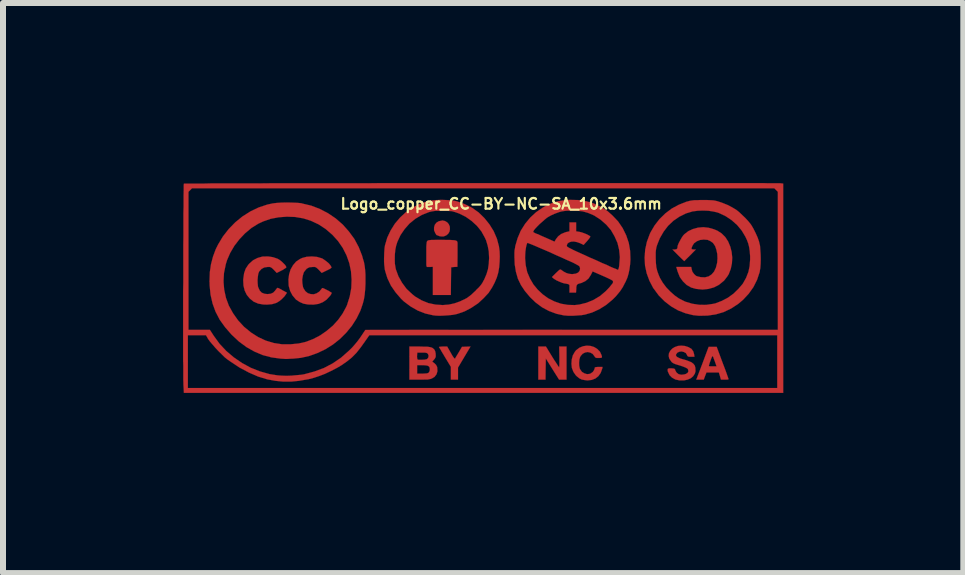
<source format=kicad_pcb>
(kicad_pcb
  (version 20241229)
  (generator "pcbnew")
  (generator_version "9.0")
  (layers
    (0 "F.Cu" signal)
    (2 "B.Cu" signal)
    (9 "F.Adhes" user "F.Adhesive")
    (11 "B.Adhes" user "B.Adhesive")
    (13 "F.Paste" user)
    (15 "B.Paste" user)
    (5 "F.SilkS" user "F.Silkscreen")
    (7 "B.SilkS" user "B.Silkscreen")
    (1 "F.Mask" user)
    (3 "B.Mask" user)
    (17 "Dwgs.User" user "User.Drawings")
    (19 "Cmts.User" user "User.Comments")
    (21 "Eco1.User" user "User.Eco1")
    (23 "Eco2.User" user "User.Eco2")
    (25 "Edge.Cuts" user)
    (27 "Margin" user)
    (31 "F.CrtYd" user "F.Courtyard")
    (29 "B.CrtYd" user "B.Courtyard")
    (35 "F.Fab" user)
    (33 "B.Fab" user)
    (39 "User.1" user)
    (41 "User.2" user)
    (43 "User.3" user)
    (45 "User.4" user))
  (footprint "Logo_copper_CC-BY-NC-SA_10x3.6mm"
    (layer "F.Cu")
    (at 5 1.746)
    (property "Reference" "Logo_copper_CC-BY-NC-SA_10x3.6mm" (at 0.3 -1.4 0) (layer "F.SilkS") (effects (font (size 0.178 0.178) (thickness 0.036))))
    (attr through_hole)
    (fp_poly (pts (xy -0.554 -0.978) (xy -0.561 -0.937) (xy -0.582 -0.902) (xy -0.615 -0.874) (xy -0.66 -0.856) (xy -0.663 -0.856) (xy -0.693 -0.856) (xy -0.726 -0.861) (xy -0.734 -0.864) (xy -0.759 -0.874) (xy -0.775 -0.879) (xy -0.782 -0.886) (xy -0.792 -0.904) (xy -0.798 -0.912) (xy -0.818 -0.96) (xy -0.818 -1.008) (xy -0.805 -1.052) (xy -0.777 -1.087) (xy -0.739 -1.11) (xy -0.688 -1.12) (xy -0.681 -1.123) (xy -0.635 -1.113) (xy -0.597 -1.09) (xy -0.572 -1.059) (xy -0.556 -1.021) (xy -0.554 -0.978)) (stroke (width 0.003) (type solid)) (fill yes) (layer "F.Cu"))
    (fp_poly (pts (xy 1.389 1.529) (xy 1.326 1.529) (xy 1.265 1.529) (xy 1.153 1.351) (xy 1.044 1.176) (xy 1.041 1.354) (xy 1.039 1.529) (xy 0.978 1.529) (xy 0.919 1.529) (xy 0.919 1.255) (xy 0.919 0.978) (xy 0.983 0.978) (xy 1.046 0.978) (xy 1.153 1.153) (xy 1.186 1.206) (xy 1.217 1.252) (xy 1.24 1.288) (xy 1.257 1.313) (xy 1.265 1.323) (xy 1.267 1.323) (xy 1.267 1.313) (xy 1.27 1.285) (xy 1.27 1.245) (xy 1.27 1.194) (xy 1.27 1.151) (xy 1.267 0.978) (xy 1.328 0.978) (xy 1.389 0.978) (xy 1.389 1.255) (xy 1.389 1.529)) (stroke (width 0.003) (type solid)) (fill yes) (layer "F.Cu"))
    (fp_poly (pts (xy -0.211 0.978) (xy -0.315 1.153) (xy -0.419 1.328) (xy -0.419 1.427) (xy -0.419 1.529) (xy -0.478 1.529) (xy -0.538 1.529) (xy -0.538 1.422) (xy -0.538 1.316) (xy -0.635 1.156) (xy -0.665 1.105) (xy -0.693 1.059) (xy -0.714 1.021) (xy -0.729 0.998) (xy -0.737 0.986) (xy -0.729 0.983) (xy -0.706 0.98) (xy -0.673 0.978) (xy -0.671 0.978) (xy -0.599 0.978) (xy -0.538 1.085) (xy -0.511 1.133) (xy -0.49 1.163) (xy -0.475 1.179) (xy -0.467 1.179) (xy -0.46 1.163) (xy -0.445 1.138) (xy -0.422 1.1) (xy -0.406 1.074) (xy -0.353 0.983) (xy -0.282 0.98) (xy -0.211 0.978)) (stroke (width 0.003) (type solid)) (fill yes) (layer "F.Cu"))
    (fp_poly (pts (xy 4.089 1.521) (xy 4.079 1.527) (xy 4.056 1.529) (xy 4.026 1.529) (xy 3.962 1.529) (xy 3.945 1.468) (xy 3.927 1.41) (xy 3.889 1.41) (xy 3.889 1.308) (xy 3.858 1.219) (xy 3.843 1.181) (xy 3.833 1.151) (xy 3.823 1.138) (xy 3.82 1.135) (xy 3.813 1.148) (xy 3.802 1.173) (xy 3.79 1.206) (xy 3.777 1.242) (xy 3.767 1.273) (xy 3.762 1.295) (xy 3.759 1.303) (xy 3.769 1.306) (xy 3.792 1.308) (xy 3.823 1.308) (xy 3.889 1.308) (xy 3.889 1.41) (xy 3.823 1.41) (xy 3.721 1.41) (xy 3.698 1.468) (xy 3.675 1.529) (xy 3.614 1.529) (xy 3.551 1.529) (xy 3.655 1.257) (xy 3.757 0.983) (xy 3.825 0.983) (xy 3.891 0.983) (xy 3.99 1.25) (xy 4.016 1.318) (xy 4.039 1.379) (xy 4.059 1.435) (xy 4.074 1.478) (xy 4.084 1.506) (xy 4.089 1.521)) (stroke (width 0.003) (type solid)) (fill yes) (layer "F.Cu"))
    (fp_poly (pts (xy -0.427 -0.709) (xy -0.427 -0.678) (xy -0.427 -0.635) (xy -0.427 -0.582) (xy -0.427 -0.528) (xy -0.429 -0.351) (xy -0.48 -0.348) (xy -0.533 -0.343) (xy -0.536 -0.112) (xy -0.538 0.119) (xy -0.688 0.119) (xy -0.838 0.119) (xy -0.838 -0.114) (xy -0.838 -0.351) (xy -0.881 -0.348) (xy -0.912 -0.348) (xy -0.932 -0.348) (xy -0.937 -0.348) (xy -0.94 -0.353) (xy -0.945 -0.368) (xy -0.947 -0.396) (xy -0.947 -0.442) (xy -0.947 -0.5) (xy -0.947 -0.551) (xy -0.947 -0.622) (xy -0.947 -0.678) (xy -0.945 -0.716) (xy -0.942 -0.744) (xy -0.94 -0.762) (xy -0.935 -0.775) (xy -0.932 -0.777) (xy -0.927 -0.785) (xy -0.919 -0.79) (xy -0.909 -0.792) (xy -0.892 -0.795) (xy -0.864 -0.798) (xy -0.826 -0.798) (xy -0.772 -0.8) (xy -0.701 -0.8) (xy -0.688 -0.8) (xy -0.61 -0.798) (xy -0.549 -0.798) (xy -0.503 -0.795) (xy -0.47 -0.792) (xy -0.447 -0.785) (xy -0.434 -0.775) (xy -0.429 -0.762) (xy -0.427 -0.744) (xy -0.427 -0.724) (xy -0.427 -0.709)) (stroke (width 0.003) (type solid)) (fill yes) (layer "F.Cu"))
    (fp_poly (pts (xy 1.989 1.318) (xy 1.984 1.346) (xy 1.958 1.417) (xy 1.92 1.471) (xy 1.869 1.511) (xy 1.808 1.534) (xy 1.737 1.542) (xy 1.694 1.537) (xy 1.641 1.527) (xy 1.6 1.506) (xy 1.56 1.473) (xy 1.542 1.455) (xy 1.504 1.4) (xy 1.478 1.333) (xy 1.471 1.265) (xy 1.476 1.194) (xy 1.494 1.125) (xy 1.529 1.064) (xy 1.549 1.039) (xy 1.603 0.998) (xy 1.664 0.973) (xy 1.727 0.963) (xy 1.791 0.968) (xy 1.849 0.986) (xy 1.902 1.019) (xy 1.946 1.064) (xy 1.958 1.09) (xy 1.971 1.118) (xy 1.979 1.143) (xy 1.979 1.148) (xy 1.976 1.161) (xy 1.966 1.166) (xy 1.943 1.168) (xy 1.925 1.168) (xy 1.892 1.168) (xy 1.875 1.163) (xy 1.862 1.153) (xy 1.854 1.138) (xy 1.824 1.1) (xy 1.786 1.079) (xy 1.742 1.069) (xy 1.699 1.077) (xy 1.659 1.097) (xy 1.626 1.133) (xy 1.615 1.153) (xy 1.603 1.194) (xy 1.598 1.247) (xy 1.6 1.3) (xy 1.61 1.346) (xy 1.615 1.356) (xy 1.646 1.4) (xy 1.687 1.425) (xy 1.732 1.438) (xy 1.778 1.433) (xy 1.798 1.422) (xy 1.826 1.402) (xy 1.847 1.372) (xy 1.859 1.341) (xy 1.859 1.333) (xy 1.862 1.326) (xy 1.877 1.321) (xy 1.905 1.318) (xy 1.923 1.318) (xy 1.989 1.318)) (stroke (width 0.003) (type solid)) (fill yes) (layer "F.Cu"))
    (fp_poly (pts (xy -3.269 0.081) (xy -3.287 0.109) (xy -3.315 0.147) (xy -3.353 0.185) (xy -3.396 0.221) (xy -3.437 0.246) (xy -3.447 0.251) (xy -3.518 0.272) (xy -3.602 0.279) (xy -3.665 0.277) (xy -3.749 0.262) (xy -3.825 0.229) (xy -3.886 0.18) (xy -3.937 0.119) (xy -3.973 0.046) (xy -3.993 -0.036) (xy -3.998 -0.132) (xy -3.995 -0.157) (xy -3.983 -0.244) (xy -3.957 -0.318) (xy -3.914 -0.384) (xy -3.896 -0.404) (xy -3.833 -0.46) (xy -3.759 -0.498) (xy -3.678 -0.521) (xy -3.586 -0.523) (xy -3.548 -0.518) (xy -3.503 -0.511) (xy -3.454 -0.495) (xy -3.421 -0.483) (xy -3.391 -0.465) (xy -3.358 -0.439) (xy -3.327 -0.409) (xy -3.299 -0.381) (xy -3.284 -0.356) (xy -3.279 -0.343) (xy -3.287 -0.333) (xy -3.31 -0.318) (xy -3.343 -0.297) (xy -3.358 -0.29) (xy -3.439 -0.249) (xy -3.487 -0.3) (xy -3.513 -0.325) (xy -3.533 -0.34) (xy -3.553 -0.348) (xy -3.579 -0.348) (xy -3.592 -0.348) (xy -3.647 -0.34) (xy -3.693 -0.315) (xy -3.731 -0.274) (xy -3.734 -0.269) (xy -3.747 -0.234) (xy -3.754 -0.185) (xy -3.759 -0.13) (xy -3.757 -0.074) (xy -3.752 -0.023) (xy -3.744 0) (xy -3.721 0.048) (xy -3.688 0.081) (xy -3.642 0.099) (xy -3.594 0.104) (xy -3.541 0.099) (xy -3.5 0.081) (xy -3.47 0.051) (xy -3.454 0.03) (xy -3.439 0.01) (xy -3.426 0) (xy -3.414 0.003) (xy -3.388 0.015) (xy -3.355 0.033) (xy -3.343 0.041) (xy -3.269 0.081)) (stroke (width 0.003) (type solid)) (fill yes) (layer "F.Cu"))
    (fp_poly (pts (xy -2.525 0.079) (xy -2.525 0.091) (xy -2.537 0.114) (xy -2.55 0.132) (xy -2.609 0.196) (xy -2.672 0.239) (xy -2.743 0.267) (xy -2.824 0.279) (xy -2.916 0.277) (xy -2.992 0.264) (xy -3.056 0.236) (xy -3.117 0.196) (xy -3.127 0.185) (xy -3.178 0.124) (xy -3.216 0.051) (xy -3.239 -0.03) (xy -3.241 -0.048) (xy -3.244 -0.14) (xy -3.233 -0.226) (xy -3.208 -0.307) (xy -3.167 -0.378) (xy -3.117 -0.437) (xy -3.053 -0.48) (xy -3.015 -0.498) (xy -2.939 -0.518) (xy -2.855 -0.523) (xy -2.769 -0.516) (xy -2.692 -0.493) (xy -2.682 -0.49) (xy -2.647 -0.467) (xy -2.609 -0.439) (xy -2.57 -0.406) (xy -2.543 -0.373) (xy -2.535 -0.358) (xy -2.527 -0.345) (xy -2.527 -0.338) (xy -2.537 -0.328) (xy -2.555 -0.315) (xy -2.591 -0.297) (xy -2.606 -0.29) (xy -2.69 -0.249) (xy -2.738 -0.3) (xy -2.764 -0.325) (xy -2.784 -0.34) (xy -2.802 -0.348) (xy -2.83 -0.348) (xy -2.84 -0.348) (xy -2.896 -0.343) (xy -2.939 -0.32) (xy -2.974 -0.279) (xy -2.99 -0.254) (xy -3.005 -0.203) (xy -3.015 -0.14) (xy -3.012 -0.076) (xy -3.002 -0.015) (xy -2.992 0.01) (xy -2.962 0.056) (xy -2.921 0.089) (xy -2.873 0.104) (xy -2.822 0.107) (xy -2.774 0.091) (xy -2.728 0.061) (xy -2.708 0.036) (xy -2.69 0.015) (xy -2.687 0.008) (xy -2.682 0.003) (xy -2.667 0.005) (xy -2.644 0.015) (xy -2.609 0.033) (xy -2.573 0.051) (xy -2.545 0.069) (xy -2.527 0.079) (xy -2.525 0.079)) (stroke (width 0.003) (type solid)) (fill yes) (layer "F.Cu"))
    (fp_poly (pts (xy -0.762 1.389) (xy -0.777 1.44) (xy -0.81 1.483) (xy -0.853 1.509) (xy -0.871 1.516) (xy -0.889 1.521) (xy -0.889 1.359) (xy -0.892 1.328) (xy -0.904 1.308) (xy -0.909 1.306) (xy -0.909 1.13) (xy -0.919 1.102) (xy -0.925 1.095) (xy -0.94 1.085) (xy -0.968 1.079) (xy -1.008 1.079) (xy -1.019 1.079) (xy -1.097 1.079) (xy -1.1 1.11) (xy -1.102 1.143) (xy -1.1 1.171) (xy -1.097 1.186) (xy -1.092 1.194) (xy -1.077 1.199) (xy -1.049 1.199) (xy -1.026 1.199) (xy -0.975 1.196) (xy -0.94 1.189) (xy -0.932 1.184) (xy -0.914 1.161) (xy -0.909 1.13) (xy -0.909 1.306) (xy -0.93 1.295) (xy -0.968 1.29) (xy -1.016 1.288) (xy -1.1 1.288) (xy -1.1 1.359) (xy -1.1 1.43) (xy -1.011 1.43) (xy -0.965 1.427) (xy -0.935 1.425) (xy -0.914 1.417) (xy -0.907 1.412) (xy -0.892 1.387) (xy -0.889 1.359) (xy -0.889 1.521) (xy -0.894 1.521) (xy -0.922 1.527) (xy -0.96 1.527) (xy -1.013 1.529) (xy -1.062 1.529) (xy -1.229 1.529) (xy -1.229 1.255) (xy -1.229 0.978) (xy -1.064 0.978) (xy -0.991 0.98) (xy -0.937 0.98) (xy -0.894 0.986) (xy -0.864 0.993) (xy -0.841 1.003) (xy -0.823 1.019) (xy -0.815 1.026) (xy -0.8 1.054) (xy -0.792 1.092) (xy -0.79 1.133) (xy -0.792 1.153) (xy -0.805 1.179) (xy -0.826 1.204) (xy -0.828 1.206) (xy -0.843 1.224) (xy -0.846 1.234) (xy -0.838 1.237) (xy -0.813 1.255) (xy -0.785 1.283) (xy -0.767 1.318) (xy -0.765 1.333) (xy -0.762 1.389)) (stroke (width 0.003) (type solid)) (fill yes) (layer "F.Cu"))
    (fp_poly (pts (xy 3.538 1.389) (xy 3.528 1.427) (xy 3.505 1.463) (xy 3.498 1.473) (xy 3.459 1.506) (xy 3.406 1.529) (xy 3.345 1.542) (xy 3.282 1.542) (xy 3.274 1.542) (xy 3.203 1.527) (xy 3.147 1.496) (xy 3.106 1.455) (xy 3.081 1.402) (xy 3.078 1.397) (xy 3.073 1.367) (xy 3.078 1.349) (xy 3.096 1.341) (xy 3.129 1.341) (xy 3.139 1.341) (xy 3.17 1.344) (xy 3.188 1.349) (xy 3.198 1.361) (xy 3.203 1.379) (xy 3.223 1.412) (xy 3.256 1.438) (xy 3.299 1.448) (xy 3.348 1.443) (xy 3.376 1.435) (xy 3.406 1.417) (xy 3.419 1.394) (xy 3.416 1.367) (xy 3.409 1.351) (xy 3.393 1.339) (xy 3.368 1.326) (xy 3.33 1.311) (xy 3.277 1.293) (xy 3.249 1.285) (xy 3.2 1.27) (xy 3.167 1.255) (xy 3.145 1.24) (xy 3.132 1.224) (xy 3.101 1.179) (xy 3.091 1.135) (xy 3.096 1.09) (xy 3.117 1.049) (xy 3.15 1.013) (xy 3.193 0.986) (xy 3.244 0.968) (xy 3.302 0.963) (xy 3.358 0.968) (xy 3.421 0.988) (xy 3.47 1.016) (xy 3.5 1.057) (xy 3.515 1.107) (xy 3.52 1.148) (xy 3.465 1.148) (xy 3.432 1.148) (xy 3.414 1.143) (xy 3.404 1.135) (xy 3.396 1.118) (xy 3.378 1.087) (xy 3.345 1.069) (xy 3.307 1.059) (xy 3.269 1.064) (xy 3.236 1.079) (xy 3.233 1.085) (xy 3.216 1.105) (xy 3.211 1.123) (xy 3.221 1.14) (xy 3.226 1.148) (xy 3.249 1.161) (xy 3.289 1.179) (xy 3.348 1.196) (xy 3.353 1.196) (xy 3.419 1.219) (xy 3.47 1.24) (xy 3.503 1.265) (xy 3.526 1.295) (xy 3.536 1.333) (xy 3.536 1.341) (xy 3.538 1.389)) (stroke (width 0.003) (type solid)) (fill yes) (layer "F.Cu"))
    (fp_poly (pts (xy 4.15 -0.505) (xy 4.145 -0.409) (xy 4.125 -0.315) (xy 4.092 -0.229) (xy 4.072 -0.196) (xy 4.041 -0.155) (xy 4.011 -0.117) (xy 4.006 -0.114) (xy 3.929 -0.051) (xy 3.846 -0.008) (xy 3.752 0.018) (xy 3.655 0.028) (xy 3.556 0.018) (xy 3.551 0.018) (xy 3.467 -0.005) (xy 3.391 -0.048) (xy 3.33 -0.107) (xy 3.277 -0.18) (xy 3.241 -0.269) (xy 3.226 -0.32) (xy 3.218 -0.348) (xy 3.343 -0.348) (xy 3.467 -0.348) (xy 3.475 -0.307) (xy 3.487 -0.267) (xy 3.515 -0.229) (xy 3.546 -0.201) (xy 3.551 -0.198) (xy 3.571 -0.191) (xy 3.604 -0.183) (xy 3.627 -0.178) (xy 3.696 -0.175) (xy 3.757 -0.191) (xy 3.807 -0.224) (xy 3.848 -0.272) (xy 3.879 -0.338) (xy 3.899 -0.419) (xy 3.904 -0.49) (xy 3.901 -0.564) (xy 3.886 -0.635) (xy 3.866 -0.693) (xy 3.863 -0.699) (xy 3.83 -0.747) (xy 3.785 -0.78) (xy 3.739 -0.8) (xy 3.675 -0.805) (xy 3.614 -0.798) (xy 3.561 -0.777) (xy 3.515 -0.744) (xy 3.49 -0.706) (xy 3.475 -0.673) (xy 3.472 -0.653) (xy 3.477 -0.643) (xy 3.5 -0.64) (xy 3.508 -0.638) (xy 3.543 -0.638) (xy 3.447 -0.541) (xy 3.35 -0.445) (xy 3.251 -0.541) (xy 3.155 -0.638) (xy 3.19 -0.638) (xy 3.221 -0.643) (xy 3.236 -0.66) (xy 3.239 -0.688) (xy 3.244 -0.711) (xy 3.259 -0.747) (xy 3.282 -0.79) (xy 3.305 -0.831) (xy 3.33 -0.869) (xy 3.353 -0.894) (xy 3.419 -0.945) (xy 3.495 -0.98) (xy 3.579 -1.003) (xy 3.668 -1.011) (xy 3.757 -1.001) (xy 3.848 -0.975) (xy 3.901 -0.953) (xy 3.973 -0.907) (xy 4.034 -0.846) (xy 4.082 -0.772) (xy 4.117 -0.688) (xy 4.14 -0.599) (xy 4.15 -0.505)) (stroke (width 0.003) (type solid)) (fill yes) (layer "F.Cu"))
    (fp_poly (pts (xy -1.961 -0.137) (xy -1.961 -0.066) (xy -1.966 0.028) (xy -1.974 0.112) (xy -1.986 0.188) (xy -2.004 0.259) (xy -2.029 0.333) (xy -2.047 0.384) (xy -2.111 0.513) (xy -2.189 0.635) (xy -2.192 0.638) (xy -2.192 -0.137) (xy -2.202 -0.277) (xy -2.23 -0.411) (xy -2.276 -0.541) (xy -2.339 -0.665) (xy -2.418 -0.78) (xy -2.512 -0.884) (xy -2.621 -0.978) (xy -2.743 -1.059) (xy -2.751 -1.062) (xy -2.87 -1.118) (xy -2.997 -1.158) (xy -3.132 -1.181) (xy -3.269 -1.186) (xy -3.406 -1.176) (xy -3.538 -1.151) (xy -3.665 -1.107) (xy -3.747 -1.069) (xy -3.861 -0.998) (xy -3.967 -0.909) (xy -4.061 -0.81) (xy -4.145 -0.701) (xy -4.214 -0.584) (xy -4.267 -0.462) (xy -4.288 -0.394) (xy -4.318 -0.249) (xy -4.326 -0.107) (xy -4.315 0.03) (xy -4.285 0.168) (xy -4.237 0.297) (xy -4.168 0.422) (xy -4.084 0.541) (xy -3.985 0.648) (xy -3.868 0.744) (xy -3.749 0.82) (xy -3.622 0.879) (xy -3.49 0.919) (xy -3.353 0.94) (xy -3.205 0.94) (xy -3.073 0.927) (xy -2.951 0.899) (xy -2.832 0.853) (xy -2.715 0.792) (xy -2.606 0.716) (xy -2.504 0.63) (xy -2.416 0.533) (xy -2.342 0.429) (xy -2.283 0.32) (xy -2.268 0.287) (xy -2.223 0.145) (xy -2.197 0.003) (xy -2.192 -0.137) (xy -2.192 0.638) (xy -2.283 0.749) (xy -2.388 0.853) (xy -2.504 0.945) (xy -2.631 1.024) (xy -2.764 1.087) (xy -2.898 1.135) (xy -3.038 1.166) (xy -3.104 1.173) (xy -3.167 1.179) (xy -3.218 1.181) (xy -3.261 1.184) (xy -3.299 1.184) (xy -3.34 1.181) (xy -3.376 1.179) (xy -3.528 1.158) (xy -3.673 1.12) (xy -3.81 1.062) (xy -3.942 0.988) (xy -4.069 0.894) (xy -4.191 0.78) (xy -4.194 0.777) (xy -4.3 0.655) (xy -4.389 0.531) (xy -4.458 0.399) (xy -4.508 0.262) (xy -4.542 0.114) (xy -4.557 -0.038) (xy -4.559 -0.119) (xy -4.554 -0.262) (xy -4.534 -0.396) (xy -4.501 -0.521) (xy -4.455 -0.645) (xy -4.417 -0.721) (xy -4.336 -0.856) (xy -4.239 -0.98) (xy -4.13 -1.092) (xy -4.011 -1.189) (xy -3.879 -1.273) (xy -3.741 -1.339) (xy -3.597 -1.387) (xy -3.505 -1.407) (xy -3.439 -1.415) (xy -3.358 -1.42) (xy -3.272 -1.422) (xy -3.185 -1.42) (xy -3.101 -1.417) (xy -3.03 -1.41) (xy -3.015 -1.405) (xy -2.863 -1.369) (xy -2.718 -1.313) (xy -2.583 -1.242) (xy -2.456 -1.156) (xy -2.339 -1.054) (xy -2.238 -0.94) (xy -2.146 -0.815) (xy -2.073 -0.678) (xy -2.017 -0.536) (xy -2.007 -0.498) (xy -1.986 -0.429) (xy -1.974 -0.363) (xy -1.966 -0.295) (xy -1.961 -0.221) (xy -1.961 -0.137)) (stroke (width 0.003) (type solid)) (fill yes) (layer "F.Cu"))
    (fp_poly (pts (xy 4.625 -0.478) (xy 4.623 -0.399) (xy 4.618 -0.33) (xy 4.608 -0.274) (xy 4.608 -0.267) (xy 4.564 -0.135) (xy 4.503 -0.013) (xy 4.448 0.064) (xy 4.448 -0.47) (xy 4.448 -0.528) (xy 4.442 -0.61) (xy 4.432 -0.678) (xy 4.417 -0.739) (xy 4.394 -0.8) (xy 4.369 -0.853) (xy 4.308 -0.955) (xy 4.232 -1.046) (xy 4.14 -1.128) (xy 4.041 -1.194) (xy 3.934 -1.245) (xy 3.901 -1.257) (xy 3.83 -1.273) (xy 3.749 -1.285) (xy 3.66 -1.288) (xy 3.576 -1.285) (xy 3.5 -1.275) (xy 3.493 -1.275) (xy 3.378 -1.24) (xy 3.269 -1.186) (xy 3.17 -1.118) (xy 3.081 -1.034) (xy 3.007 -0.937) (xy 2.944 -0.828) (xy 2.908 -0.739) (xy 2.893 -0.699) (xy 2.885 -0.668) (xy 2.88 -0.638) (xy 2.875 -0.602) (xy 2.875 -0.559) (xy 2.875 -0.503) (xy 2.878 -0.417) (xy 2.885 -0.345) (xy 2.901 -0.279) (xy 2.924 -0.216) (xy 2.946 -0.165) (xy 2.992 -0.086) (xy 3.053 -0.005) (xy 3.122 0.066) (xy 3.195 0.13) (xy 3.264 0.178) (xy 3.365 0.229) (xy 3.48 0.264) (xy 3.597 0.282) (xy 3.713 0.284) (xy 3.83 0.267) (xy 3.868 0.259) (xy 3.975 0.218) (xy 4.077 0.165) (xy 4.171 0.097) (xy 4.255 0.015) (xy 4.326 -0.069) (xy 4.379 -0.163) (xy 4.384 -0.175) (xy 4.42 -0.267) (xy 4.44 -0.363) (xy 4.448 -0.47) (xy 4.448 0.064) (xy 4.425 0.097) (xy 4.331 0.198) (xy 4.247 0.269) (xy 4.13 0.345) (xy 4.006 0.404) (xy 3.876 0.442) (xy 3.739 0.462) (xy 3.599 0.465) (xy 3.5 0.455) (xy 3.373 0.424) (xy 3.249 0.376) (xy 3.134 0.31) (xy 3.025 0.226) (xy 2.926 0.127) (xy 2.913 0.109) (xy 2.832 0) (xy 2.771 -0.117) (xy 2.725 -0.241) (xy 2.697 -0.371) (xy 2.69 -0.503) (xy 2.7 -0.638) (xy 2.728 -0.767) (xy 2.776 -0.897) (xy 2.789 -0.925) (xy 2.857 -1.041) (xy 2.939 -1.146) (xy 3.035 -1.24) (xy 3.142 -1.321) (xy 3.259 -1.384) (xy 3.381 -1.433) (xy 3.409 -1.44) (xy 3.444 -1.45) (xy 3.477 -1.455) (xy 3.515 -1.46) (xy 3.559 -1.46) (xy 3.614 -1.463) (xy 3.665 -1.463) (xy 3.731 -1.463) (xy 3.785 -1.46) (xy 3.828 -1.458) (xy 3.863 -1.453) (xy 3.896 -1.445) (xy 3.914 -1.44) (xy 3.995 -1.412) (xy 4.082 -1.377) (xy 4.163 -1.333) (xy 4.224 -1.295) (xy 4.267 -1.26) (xy 4.315 -1.214) (xy 4.366 -1.166) (xy 4.415 -1.113) (xy 4.453 -1.067) (xy 4.468 -1.046) (xy 4.503 -0.986) (xy 4.539 -0.914) (xy 4.572 -0.841) (xy 4.597 -0.77) (xy 4.6 -0.754) (xy 4.613 -0.701) (xy 4.618 -0.632) (xy 4.623 -0.556) (xy 4.625 -0.478)) (stroke (width 0.003) (type solid)) (fill yes) (layer "F.Cu"))
    (fp_poly (pts (xy 0.277 -0.523) (xy 0.274 -0.432) (xy 0.267 -0.345) (xy 0.254 -0.267) (xy 0.249 -0.244) (xy 0.226 -0.168) (xy 0.191 -0.086) (xy 0.15 -0.008) (xy 0.107 0.058) (xy 0.099 0.069) (xy 0.099 -0.498) (xy 0.094 -0.607) (xy 0.076 -0.701) (xy 0.048 -0.795) (xy 0.025 -0.843) (xy -0.03 -0.942) (xy -0.104 -1.034) (xy -0.193 -1.115) (xy -0.29 -1.184) (xy -0.396 -1.237) (xy -0.46 -1.26) (xy -0.493 -1.27) (xy -0.523 -1.278) (xy -0.559 -1.28) (xy -0.602 -1.283) (xy -0.655 -1.283) (xy -0.683 -1.283) (xy -0.747 -1.283) (xy -0.792 -1.283) (xy -0.831 -1.278) (xy -0.861 -1.273) (xy -0.894 -1.265) (xy -0.909 -1.26) (xy -1.024 -1.214) (xy -1.13 -1.151) (xy -1.227 -1.072) (xy -1.308 -0.98) (xy -1.377 -0.879) (xy -1.43 -0.765) (xy -1.45 -0.701) (xy -1.463 -0.638) (xy -1.471 -0.561) (xy -1.473 -0.483) (xy -1.471 -0.404) (xy -1.46 -0.335) (xy -1.455 -0.31) (xy -1.412 -0.193) (xy -1.351 -0.084) (xy -1.278 0.015) (xy -1.186 0.102) (xy -1.133 0.145) (xy -1.026 0.208) (xy -0.914 0.254) (xy -0.795 0.279) (xy -0.673 0.287) (xy -0.572 0.279) (xy -0.48 0.259) (xy -0.386 0.226) (xy -0.3 0.185) (xy -0.277 0.173) (xy -0.244 0.15) (xy -0.203 0.119) (xy -0.16 0.079) (xy -0.119 0.041) (xy -0.119 0.038) (xy -0.074 -0.005) (xy -0.041 -0.043) (xy -0.015 -0.079) (xy 0.005 -0.117) (xy 0.018 -0.14) (xy 0.056 -0.229) (xy 0.081 -0.312) (xy 0.094 -0.404) (xy 0.099 -0.498) (xy 0.099 0.069) (xy 0.097 0.076) (xy 0.01 0.17) (xy -0.084 0.257) (xy -0.193 0.33) (xy -0.307 0.391) (xy -0.424 0.432) (xy -0.45 0.439) (xy -0.508 0.45) (xy -0.579 0.457) (xy -0.653 0.462) (xy -0.726 0.465) (xy -0.792 0.462) (xy -0.833 0.457) (xy -0.965 0.427) (xy -1.09 0.378) (xy -1.209 0.31) (xy -1.321 0.226) (xy -1.369 0.18) (xy -1.46 0.074) (xy -1.537 -0.038) (xy -1.595 -0.16) (xy -1.626 -0.259) (xy -1.638 -0.302) (xy -1.643 -0.343) (xy -1.648 -0.386) (xy -1.651 -0.434) (xy -1.651 -0.493) (xy -1.648 -0.587) (xy -1.643 -0.66) (xy -1.636 -0.706) (xy -1.598 -0.836) (xy -1.542 -0.955) (xy -1.471 -1.069) (xy -1.384 -1.171) (xy -1.288 -1.26) (xy -1.179 -1.336) (xy -1.062 -1.397) (xy -0.937 -1.44) (xy -0.912 -1.445) (xy -0.851 -1.455) (xy -0.777 -1.463) (xy -0.696 -1.466) (xy -0.612 -1.463) (xy -0.533 -1.458) (xy -0.467 -1.448) (xy -0.434 -1.44) (xy -0.305 -1.394) (xy -0.183 -1.333) (xy -0.074 -1.255) (xy 0.02 -1.163) (xy 0.104 -1.059) (xy 0.175 -0.945) (xy 0.229 -0.82) (xy 0.264 -0.688) (xy 0.264 -0.683) (xy 0.274 -0.607) (xy 0.277 -0.523)) (stroke (width 0.003) (type solid)) (fill yes) (layer "F.Cu"))
    (fp_poly (pts (xy 4.999 1.75) (xy 4.91 1.75) (xy 4.91 0.699) (xy 4.91 -0.45) (xy 4.91 -1.6) (xy 4.879 -1.631) (xy 4.851 -1.659) (xy 0 -1.659) (xy -4.851 -1.659) (xy -4.879 -1.631) (xy -4.91 -1.6) (xy -4.91 -0.45) (xy -4.91 0.699) (xy -4.732 0.699) (xy -4.554 0.699) (xy -4.488 0.8) (xy -4.392 0.932) (xy -4.28 1.052) (xy -4.155 1.158) (xy -4.018 1.252) (xy -3.873 1.331) (xy -3.719 1.392) (xy -3.556 1.438) (xy -3.426 1.458) (xy -3.36 1.463) (xy -3.279 1.466) (xy -3.193 1.463) (xy -3.106 1.455) (xy -3.028 1.448) (xy -2.982 1.44) (xy -2.812 1.394) (xy -2.654 1.336) (xy -2.504 1.257) (xy -2.367 1.163) (xy -2.238 1.049) (xy -2.184 0.996) (xy -2.141 0.947) (xy -2.095 0.892) (xy -2.055 0.838) (xy -2.029 0.8) (xy -1.963 0.701) (xy 1.471 0.699) (xy 4.91 0.699) (xy 4.91 1.75) (xy 4.9 1.75) (xy 4.9 1.669) (xy 4.9 1.229) (xy 4.9 0.79) (xy 1.499 0.79) (xy -1.897 0.79) (xy -1.961 0.881) (xy -2.037 0.988) (xy -2.111 1.082) (xy -2.189 1.161) (xy -2.271 1.227) (xy -2.362 1.29) (xy -2.431 1.331) (xy -2.54 1.387) (xy -2.637 1.433) (xy -2.728 1.468) (xy -2.822 1.499) (xy -2.918 1.524) (xy -2.924 1.524) (xy -3.068 1.549) (xy -3.2 1.562) (xy -3.33 1.562) (xy -3.462 1.549) (xy -3.597 1.524) (xy -3.749 1.478) (xy -3.901 1.412) (xy -4.059 1.328) (xy -4.216 1.224) (xy -4.27 1.186) (xy -4.31 1.153) (xy -4.356 1.107) (xy -4.407 1.057) (xy -4.46 1.001) (xy -4.508 0.945) (xy -4.552 0.894) (xy -4.585 0.848) (xy -4.6 0.82) (xy -4.618 0.79) (xy -4.768 0.79) (xy -4.92 0.79) (xy -4.92 1.229) (xy -4.92 1.669) (xy -0.008 1.669) (xy 4.9 1.669) (xy 4.9 1.75) (xy 0.005 1.75) (xy -4.986 1.75) (xy -4.994 1.605) (xy -4.994 1.577) (xy -4.996 1.532) (xy -4.996 1.468) (xy -4.996 1.389) (xy -4.996 1.298) (xy -4.999 1.196) (xy -4.999 1.079) (xy -4.999 0.955) (xy -4.999 0.823) (xy -4.999 0.681) (xy -4.999 0.533) (xy -4.999 0.381) (xy -4.999 0.226) (xy -4.999 0.069) (xy -4.996 -0.086) (xy -4.996 -0.246) (xy -4.996 -0.404) (xy -4.996 -0.556) (xy -4.996 -0.709) (xy -4.994 -0.853) (xy -4.994 -0.991) (xy -4.994 -1.12) (xy -4.994 -1.242) (xy -4.991 -1.354) (xy -4.991 -1.453) (xy -4.991 -1.539) (xy -4.989 -1.613) (xy -4.989 -1.669) (xy -4.989 -1.709) (xy -4.986 -1.732) (xy -4.986 -1.735) (xy -4.976 -1.737) (xy -4.945 -1.737) (xy -4.897 -1.737) (xy -4.831 -1.737) (xy -4.75 -1.737) (xy -4.648 -1.737) (xy -4.534 -1.74) (xy -4.404 -1.74) (xy -4.26 -1.74) (xy -4.102 -1.74) (xy -3.932 -1.74) (xy -3.752 -1.74) (xy -3.559 -1.742) (xy -3.355 -1.742) (xy -3.142 -1.742) (xy -2.918 -1.742) (xy -2.687 -1.742) (xy -2.451 -1.742) (xy -2.205 -1.742) (xy -1.953 -1.742) (xy -1.697 -1.745) (xy -1.438 -1.745) (xy -1.171 -1.745) (xy -0.904 -1.745) (xy -0.632 -1.745) (xy -0.361 -1.745) (xy -0.089 -1.745) (xy 0.183 -1.745) (xy 0.455 -1.745) (xy 0.726 -1.745) (xy 0.996 -1.745) (xy 1.262 -1.745) (xy 1.524 -1.745) (xy 1.783 -1.745) (xy 2.037 -1.745) (xy 2.286 -1.745) (xy 2.527 -1.745) (xy 2.764 -1.745) (xy 2.99 -1.745) (xy 3.208 -1.745) (xy 3.416 -1.745) (xy 3.614 -1.745) (xy 3.805 -1.745) (xy 3.98 -1.745) (xy 4.145 -1.745) (xy 4.295 -1.745) (xy 4.432 -1.745) (xy 4.557 -1.745) (xy 4.663 -1.745) (xy 4.755 -1.742) (xy 4.831 -1.742) (xy 4.889 -1.742) (xy 4.928 -1.742) (xy 4.95 -1.742) (xy 4.953 -1.742) (xy 4.999 -1.737) (xy 4.999 0.005) (xy 4.999 1.75)) (stroke (width 0.003) (type solid)) (fill yes) (layer "F.Cu"))
    (fp_poly (pts (xy 2.454 -0.475) (xy 2.449 -0.396) (xy 2.438 -0.312) (xy 2.423 -0.239) (xy 2.403 -0.17) (xy 2.372 -0.099) (xy 2.367 -0.091) (xy 2.324 -0.008) (xy 2.278 0.061) (xy 2.278 -0.511) (xy 2.266 -0.632) (xy 2.238 -0.749) (xy 2.189 -0.859) (xy 2.129 -0.963) (xy 2.05 -1.054) (xy 1.958 -1.135) (xy 1.852 -1.204) (xy 1.831 -1.214) (xy 1.745 -1.25) (xy 1.656 -1.275) (xy 1.562 -1.285) (xy 1.453 -1.285) (xy 1.394 -1.285) (xy 1.349 -1.28) (xy 1.313 -1.275) (xy 1.275 -1.265) (xy 1.237 -1.252) (xy 1.189 -1.234) (xy 1.14 -1.212) (xy 1.1 -1.191) (xy 1.092 -1.186) (xy 1.062 -1.168) (xy 1.026 -1.138) (xy 0.986 -1.102) (xy 0.942 -1.064) (xy 0.904 -1.026) (xy 0.871 -0.991) (xy 0.848 -0.963) (xy 0.841 -0.95) (xy 0.833 -0.935) (xy 0.841 -0.925) (xy 0.861 -0.914) (xy 0.881 -0.904) (xy 0.917 -0.892) (xy 0.96 -0.871) (xy 1.013 -0.848) (xy 1.041 -0.836) (xy 1.189 -0.77) (xy 1.214 -0.813) (xy 1.25 -0.859) (xy 1.3 -0.897) (xy 1.359 -0.922) (xy 1.384 -0.93) (xy 1.438 -0.942) (xy 1.438 -1.016) (xy 1.438 -1.09) (xy 1.494 -1.09) (xy 1.549 -1.09) (xy 1.549 -1.016) (xy 1.549 -0.942) (xy 1.61 -0.932) (xy 1.648 -0.922) (xy 1.689 -0.907) (xy 1.727 -0.892) (xy 1.76 -0.874) (xy 1.781 -0.861) (xy 1.786 -0.853) (xy 1.781 -0.843) (xy 1.765 -0.82) (xy 1.742 -0.792) (xy 1.732 -0.78) (xy 1.674 -0.716) (xy 1.615 -0.744) (xy 1.565 -0.762) (xy 1.514 -0.772) (xy 1.468 -0.77) (xy 1.43 -0.757) (xy 1.405 -0.737) (xy 1.394 -0.709) (xy 1.394 -0.706) (xy 1.394 -0.699) (xy 1.397 -0.691) (xy 1.405 -0.683) (xy 1.417 -0.676) (xy 1.438 -0.663) (xy 1.466 -0.65) (xy 1.504 -0.63) (xy 1.554 -0.607) (xy 1.615 -0.579) (xy 1.694 -0.544) (xy 1.788 -0.5) (xy 1.814 -0.49) (xy 1.9 -0.452) (xy 1.981 -0.414) (xy 2.055 -0.384) (xy 2.118 -0.353) (xy 2.172 -0.33) (xy 2.212 -0.315) (xy 2.238 -0.302) (xy 2.245 -0.3) (xy 2.253 -0.31) (xy 2.261 -0.335) (xy 2.268 -0.376) (xy 2.268 -0.386) (xy 2.278 -0.511) (xy 2.278 0.061) (xy 2.273 0.066) (xy 2.212 0.14) (xy 2.164 0.188) (xy 2.164 -0.107) (xy 2.154 -0.122) (xy 2.129 -0.137) (xy 2.088 -0.157) (xy 2.032 -0.183) (xy 2.002 -0.196) (xy 1.824 -0.274) (xy 1.793 -0.213) (xy 1.755 -0.155) (xy 1.702 -0.112) (xy 1.636 -0.081) (xy 1.626 -0.079) (xy 1.59 -0.069) (xy 1.567 -0.056) (xy 1.557 -0.038) (xy 1.552 -0.01) (xy 1.552 0.013) (xy 1.547 0.079) (xy 1.494 0.079) (xy 1.438 0.079) (xy 1.438 0.01) (xy 1.438 -0.023) (xy 1.438 -0.046) (xy 1.427 -0.058) (xy 1.41 -0.064) (xy 1.377 -0.071) (xy 1.354 -0.074) (xy 1.318 -0.084) (xy 1.273 -0.102) (xy 1.224 -0.124) (xy 1.186 -0.147) (xy 1.168 -0.16) (xy 1.146 -0.18) (xy 1.212 -0.246) (xy 1.247 -0.279) (xy 1.27 -0.3) (xy 1.285 -0.305) (xy 1.293 -0.305) (xy 1.344 -0.269) (xy 1.389 -0.246) (xy 1.43 -0.234) (xy 1.478 -0.229) (xy 1.486 -0.229) (xy 1.542 -0.236) (xy 1.582 -0.254) (xy 1.608 -0.284) (xy 1.608 -0.287) (xy 1.615 -0.318) (xy 1.61 -0.345) (xy 1.61 -0.348) (xy 1.605 -0.356) (xy 1.598 -0.363) (xy 1.585 -0.373) (xy 1.565 -0.384) (xy 1.537 -0.399) (xy 1.499 -0.419) (xy 1.448 -0.442) (xy 1.384 -0.47) (xy 1.308 -0.505) (xy 1.214 -0.546) (xy 1.171 -0.566) (xy 1.085 -0.605) (xy 1.003 -0.64) (xy 0.93 -0.671) (xy 0.866 -0.699) (xy 0.813 -0.721) (xy 0.772 -0.737) (xy 0.747 -0.747) (xy 0.737 -0.749) (xy 0.729 -0.734) (xy 0.719 -0.701) (xy 0.711 -0.658) (xy 0.704 -0.607) (xy 0.701 -0.556) (xy 0.699 -0.505) (xy 0.699 -0.493) (xy 0.709 -0.376) (xy 0.734 -0.262) (xy 0.78 -0.155) (xy 0.838 -0.056) (xy 0.909 0.03) (xy 0.993 0.109) (xy 1.085 0.175) (xy 1.186 0.226) (xy 1.295 0.264) (xy 1.41 0.284) (xy 1.527 0.287) (xy 1.6 0.279) (xy 1.722 0.249) (xy 1.839 0.201) (xy 1.946 0.137) (xy 2.042 0.056) (xy 2.103 -0.008) (xy 2.131 -0.043) (xy 2.154 -0.071) (xy 2.164 -0.091) (xy 2.164 -0.107) (xy 2.164 0.188) (xy 2.159 0.193) (xy 2.05 0.284) (xy 1.935 0.356) (xy 1.814 0.411) (xy 1.697 0.445) (xy 1.638 0.455) (xy 1.567 0.46) (xy 1.494 0.465) (xy 1.422 0.465) (xy 1.364 0.46) (xy 1.351 0.46) (xy 1.222 0.432) (xy 1.097 0.386) (xy 0.98 0.323) (xy 0.871 0.241) (xy 0.782 0.155) (xy 0.696 0.053) (xy 0.63 -0.046) (xy 0.579 -0.152) (xy 0.546 -0.267) (xy 0.526 -0.391) (xy 0.523 -0.465) (xy 0.521 -0.528) (xy 0.521 -0.579) (xy 0.523 -0.622) (xy 0.531 -0.665) (xy 0.536 -0.699) (xy 0.574 -0.828) (xy 0.627 -0.953) (xy 0.699 -1.067) (xy 0.785 -1.171) (xy 0.884 -1.262) (xy 0.996 -1.339) (xy 1.069 -1.379) (xy 1.158 -1.417) (xy 1.247 -1.443) (xy 1.344 -1.458) (xy 1.438 -1.466) (xy 1.582 -1.463) (xy 1.717 -1.443) (xy 1.841 -1.407) (xy 1.961 -1.351) (xy 2.073 -1.278) (xy 2.154 -1.206) (xy 2.248 -1.107) (xy 2.324 -0.996) (xy 2.383 -0.876) (xy 2.426 -0.749) (xy 2.449 -0.615) (xy 2.454 -0.475)) (stroke (width 0.003) (type solid)) (fill yes) (layer "F.Cu")))
  (gr_rect
    (start -3 -3)
    (end 13 6.498)
    (stroke (width 0.1) (type default))
    (fill no)
    (layer "Edge.Cuts")))
</source>
